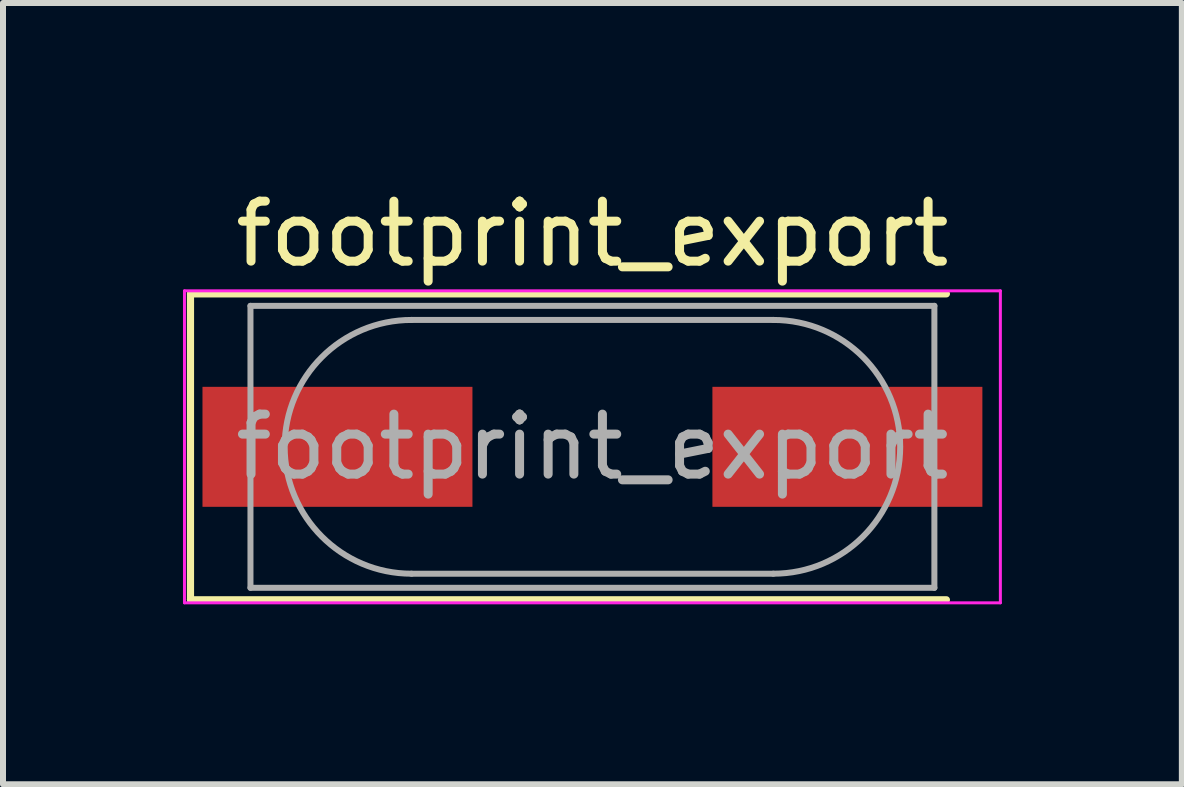
<source format=kicad_pcb>
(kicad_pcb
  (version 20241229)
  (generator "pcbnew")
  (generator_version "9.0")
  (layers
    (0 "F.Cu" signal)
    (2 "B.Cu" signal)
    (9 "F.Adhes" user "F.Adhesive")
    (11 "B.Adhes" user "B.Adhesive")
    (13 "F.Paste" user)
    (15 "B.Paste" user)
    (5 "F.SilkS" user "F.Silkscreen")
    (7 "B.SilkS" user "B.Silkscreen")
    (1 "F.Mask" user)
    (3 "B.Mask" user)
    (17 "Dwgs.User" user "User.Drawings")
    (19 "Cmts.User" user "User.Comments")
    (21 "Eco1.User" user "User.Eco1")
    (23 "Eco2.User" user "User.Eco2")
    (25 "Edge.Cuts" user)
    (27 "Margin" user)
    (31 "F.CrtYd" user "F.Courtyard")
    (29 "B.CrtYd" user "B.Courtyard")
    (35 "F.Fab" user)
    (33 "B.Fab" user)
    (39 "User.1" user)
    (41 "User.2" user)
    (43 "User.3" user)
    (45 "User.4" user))
  (footprint "footprint_export"
    (layer "F.Cu")
    (at 6.825 4.398)
    (property "Reference" "footprint_export" (at 0 -3.55 0) (layer "F.SilkS") (effects (font (size 1 1) (thickness 0.15))))
    (attr smd)
    (fp_line (start -6.7 -2.55) (end -6.7 2.55) (stroke (width 0.12) (type solid)) (layer "F.SilkS"))
    (fp_line (start -6.7 2.55) (end 5.9 2.55) (stroke (width 0.12) (type solid)) (layer "F.SilkS"))
    (fp_line (start 5.9 -2.55) (end -6.7 -2.55) (stroke (width 0.12) (type solid)) (layer "F.SilkS"))
    (fp_line (start -6.8 -2.6) (end -6.8 2.6) (stroke (width 0.05) (type solid)) (layer "F.CrtYd"))
    (fp_line (start -6.8 2.6) (end 6.8 2.6) (stroke (width 0.05) (type solid)) (layer "F.CrtYd"))
    (fp_line (start 6.8 -2.6) (end -6.8 -2.6) (stroke (width 0.05) (type solid)) (layer "F.CrtYd"))
    (fp_line (start 6.8 2.6) (end 6.8 -2.6) (stroke (width 0.05) (type solid)) (layer "F.CrtYd"))
    (fp_line (start -5.7 -2.35) (end -5.7 2.35) (stroke (width 0.1) (type solid)) (layer "F.Fab"))
    (fp_line (start -5.7 2.35) (end 5.7 2.35) (stroke (width 0.1) (type solid)) (layer "F.Fab"))
    (fp_line (start -3.015 -2.115) (end 3.015 -2.115) (stroke (width 0.1) (type solid)) (layer "F.Fab"))
    (fp_line (start -3.015 2.115) (end 3.015 2.115) (stroke (width 0.1) (type solid)) (layer "F.Fab"))
    (fp_line (start 5.7 -2.35) (end -5.7 -2.35) (stroke (width 0.1) (type solid)) (layer "F.Fab"))
    (fp_line (start 5.7 2.35) (end 5.7 -2.35) (stroke (width 0.1) (type solid)) (layer "F.Fab"))
    (fp_arc (start -3.015 2.115) (mid -5.13 0) (end -3.015 -2.115) (stroke (width 0.1) (type solid)) (layer "F.Fab"))
    (fp_arc (start 3.015 -2.115) (mid 5.13 0) (end 3.015 2.115) (stroke (width 0.1) (type solid)) (layer "F.Fab"))
    (fp_text user "${REFERENCE}" (at 0 0 0) (layer "F.Fab") (effects (font (size 1 1) (thickness 0.15))))
    (pad "1" smd rect (at -4.25 0) (size 4.5 2) (layers "F.Cu" "F.Mask" "F.Paste"))
    (pad "2" smd rect (at 4.25 0) (size 4.5 2) (layers "F.Cu" "F.Mask" "F.Paste")))
  (gr_rect
    (start -3 -3)
    (end 16.65 10.023)
    (stroke (width 0.1) (type default))
    (fill no)
    (layer "Edge.Cuts")))
</source>
